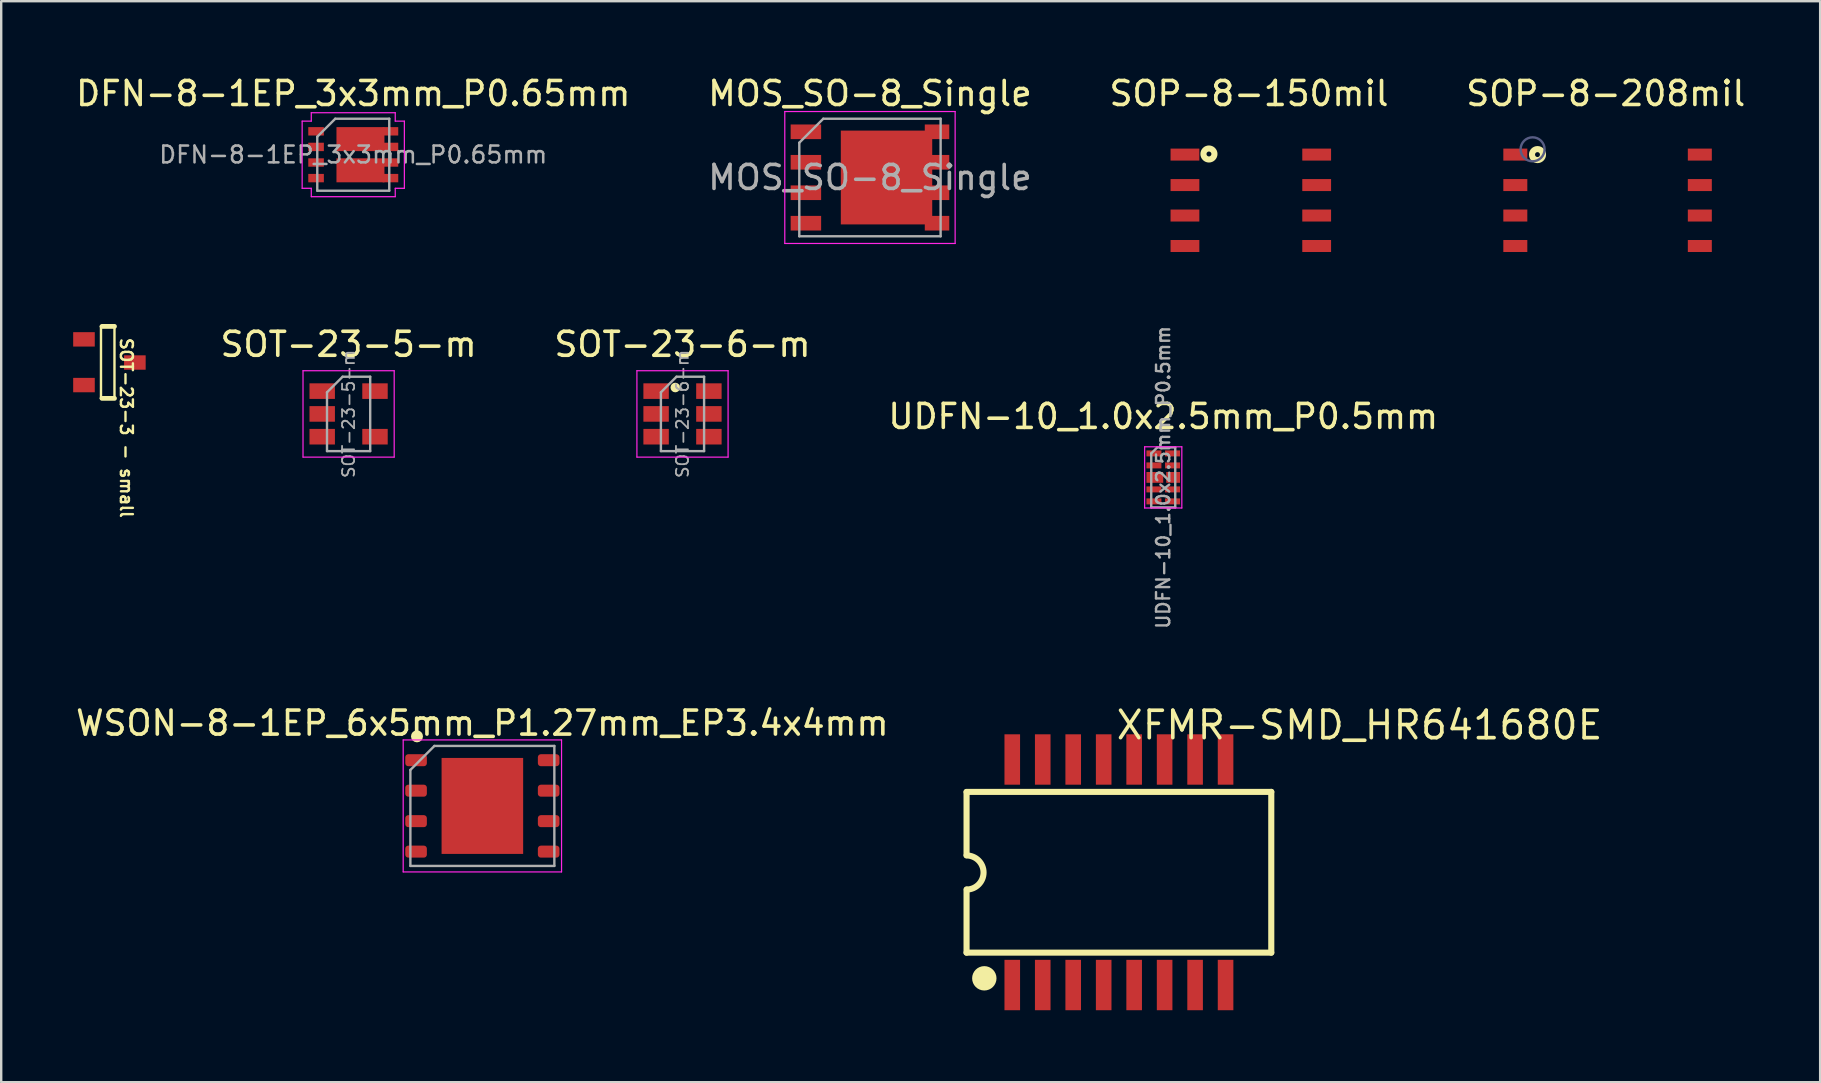
<source format=kicad_pcb>
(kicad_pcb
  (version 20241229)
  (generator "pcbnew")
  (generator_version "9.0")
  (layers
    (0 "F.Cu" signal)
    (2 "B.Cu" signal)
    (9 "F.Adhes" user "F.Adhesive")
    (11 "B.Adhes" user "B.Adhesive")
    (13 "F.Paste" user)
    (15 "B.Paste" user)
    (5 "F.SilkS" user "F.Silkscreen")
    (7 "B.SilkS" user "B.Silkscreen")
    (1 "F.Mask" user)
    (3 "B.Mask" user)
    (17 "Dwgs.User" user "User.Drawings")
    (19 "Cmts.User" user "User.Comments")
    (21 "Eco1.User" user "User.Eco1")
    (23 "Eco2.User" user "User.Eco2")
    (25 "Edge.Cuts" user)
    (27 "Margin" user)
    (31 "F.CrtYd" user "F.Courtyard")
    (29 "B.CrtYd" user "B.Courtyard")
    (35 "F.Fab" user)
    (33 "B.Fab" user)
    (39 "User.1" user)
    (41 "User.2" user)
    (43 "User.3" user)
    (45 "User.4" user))
  (footprint "XFMR-SMD_HR641680E"
    (layer "F.Cu")
    (at 43.584 33.304)
    (property "Reference" "XFMR-SMD_HR641680E" (at -0.195 -5.463 0) (unlocked yes) (layer "F.SilkS") (effects (font (size 1.143 1.143) (thickness 0.152)) (justify left bottom)))
    (fp_line (start -6.35 -0.715) (end -6.35 -3.345) (stroke (width 0.254) (type solid)) (layer "F.SilkS"))
    (fp_line (start -6.35 -3.35) (end 6.35 -3.35) (stroke (width 0.254) (type solid)) (layer "F.SilkS"))
    (fp_line (start -6.35 3.35) (end -6.35 0.72) (stroke (width 0.254) (type solid)) (layer "F.SilkS"))
    (fp_line (start -6.35 3.35) (end 6.35 3.35) (stroke (width 0.254) (type solid)) (layer "F.SilkS"))
    (fp_line (start 6.35 3.35) (end 6.35 -3.35) (stroke (width 0.254) (type solid)) (layer "F.SilkS"))
    (fp_arc (start -6.349923 -0.699947) (mid -5.634939 0.005055) (end -6.339941 0.720039) (stroke (width 0.254) (type solid)) (layer "F.SilkS"))
    (fp_circle (center -5.61 4.42) (end -5.61 4.166) (stroke (width 0.508) (type solid)) (fill no) (layer "F.SilkS"))
    (fp_circle (center -5.38 4.5) (end -5.38 4.246) (stroke (width 0.508) (type solid)) (fill no) (layer "Eco1.User"))
    (pad "1" smd rect (at -4.445 4.7 90) (size 2.1 0.65) (layers "F.Cu" "F.Mask" "F.Paste"))
    (pad "2" smd rect (at -3.175 4.7 90) (size 2.1 0.65) (layers "F.Cu" "F.Mask" "F.Paste"))
    (pad "3" smd rect (at -1.905 4.7 90) (size 2.1 0.65) (layers "F.Cu" "F.Mask" "F.Paste"))
    (pad "4" smd rect (at -0.635 4.7 90) (size 2.1 0.65) (layers "F.Cu" "F.Mask" "F.Paste"))
    (pad "5" smd rect (at 0.635 4.7 90) (size 2.1 0.65) (layers "F.Cu" "F.Mask" "F.Paste"))
    (pad "6" smd rect (at 1.905 4.7 90) (size 2.1 0.65) (layers "F.Cu" "F.Mask" "F.Paste"))
    (pad "7" smd rect (at 3.175 4.7 90) (size 2.1 0.65) (layers "F.Cu" "F.Mask" "F.Paste"))
    (pad "8" smd rect (at 4.445 4.7 90) (size 2.1 0.65) (layers "F.Cu" "F.Mask" "F.Paste"))
    (pad "9" smd rect (at 4.445 -4.7 90) (size 2.1 0.65) (layers "F.Cu" "F.Mask" "F.Paste"))
    (pad "10" smd rect (at 3.175 -4.7 90) (size 2.1 0.65) (layers "F.Cu" "F.Mask" "F.Paste"))
    (pad "11" smd rect (at 1.905 -4.7 90) (size 2.1 0.65) (layers "F.Cu" "F.Mask" "F.Paste"))
    (pad "12" smd rect (at 0.635 -4.7 90) (size 2.1 0.65) (layers "F.Cu" "F.Mask" "F.Paste"))
    (pad "13" smd rect (at -0.635 -4.7 90) (size 2.1 0.65) (layers "F.Cu" "F.Mask" "F.Paste"))
    (pad "14" smd rect (at -1.905 -4.7 90) (size 2.1 0.65) (layers "F.Cu" "F.Mask" "F.Paste"))
    (pad "15" smd rect (at -3.175 -4.7 90) (size 2.1 0.65) (layers "F.Cu" "F.Mask" "F.Paste"))
    (pad "16" smd rect (at -4.445 -4.7 90) (size 2.1 0.65) (layers "F.Cu" "F.Mask" "F.Paste")))
  (footprint "WSON-8-1EP_6x5mm_P1.27mm_EP3.4x4mm"
    (layer "F.Cu")
    (at 17.054 30.539)
    (property "Reference" "WSON-8-1EP_6x5mm_P1.27mm_EP3.4x4mm" (at 0 -3.45 0) (layer "F.SilkS") (effects (font (size 1 1) (thickness 0.15))))
    (attr smd)
    (fp_circle (center -2.725 -2.9) (end -2.6 -2.9) (stroke (width 0.25) (type solid)) (fill no) (layer "F.SilkS"))
    (fp_line (start -3.3 -2.75) (end -3.3 2.75) (stroke (width 0.05) (type solid)) (layer "F.CrtYd"))
    (fp_line (start -3.3 2.75) (end 3.3 2.75) (stroke (width 0.05) (type solid)) (layer "F.CrtYd"))
    (fp_line (start 3.3 -2.75) (end -3.3 -2.75) (stroke (width 0.05) (type solid)) (layer "F.CrtYd"))
    (fp_line (start 3.3 2.75) (end 3.3 -2.75) (stroke (width 0.05) (type solid)) (layer "F.CrtYd"))
    (fp_line (start -3 -1.5) (end -2 -2.5) (stroke (width 0.1) (type solid)) (layer "F.Fab"))
    (fp_line (start -3 2.5) (end -3 -1.5) (stroke (width 0.1) (type solid)) (layer "F.Fab"))
    (fp_line (start -2 -2.5) (end 3 -2.5) (stroke (width 0.1) (type solid)) (layer "F.Fab"))
    (fp_line (start 3 -2.5) (end 3 2.5) (stroke (width 0.1) (type solid)) (layer "F.Fab"))
    (fp_line (start 3 2.5) (end -3 2.5) (stroke (width 0.1) (type solid)) (layer "F.Fab"))
    (pad "" smd roundrect (at -0.85 -1) (size 1.37 1.61) (layers "F.Paste") (roundrect_rratio 0.182))
    (pad "" smd roundrect (at -0.85 1) (size 1.37 1.61) (layers "F.Paste") (roundrect_rratio 0.182))
    (pad "" smd roundrect (at 0.85 -1) (size 1.37 1.61) (layers "F.Paste") (roundrect_rratio 0.182))
    (pad "" smd roundrect (at 0.85 1) (size 1.37 1.61) (layers "F.Paste") (roundrect_rratio 0.182))
    (pad "1" smd roundrect (at -2.763 -1.905) (size 0.9 0.5) (layers "F.Cu" "F.Mask" "F.Paste") (roundrect_rratio 0.25))
    (pad "2" smd roundrect (at -2.763 -0.635) (size 0.9 0.5) (layers "F.Cu" "F.Mask" "F.Paste") (roundrect_rratio 0.25))
    (pad "3" smd roundrect (at -2.763 0.635) (size 0.9 0.5) (layers "F.Cu" "F.Mask" "F.Paste") (roundrect_rratio 0.25))
    (pad "4" smd roundrect (at -2.763 1.905) (size 0.9 0.5) (layers "F.Cu" "F.Mask" "F.Paste") (roundrect_rratio 0.25))
    (pad "5" smd roundrect (at 2.763 1.905) (size 0.9 0.5) (layers "F.Cu" "F.Mask" "F.Paste") (roundrect_rratio 0.25))
    (pad "6" smd roundrect (at 2.763 0.635) (size 0.9 0.5) (layers "F.Cu" "F.Mask" "F.Paste") (roundrect_rratio 0.25))
    (pad "7" smd roundrect (at 2.763 -0.635) (size 0.9 0.5) (layers "F.Cu" "F.Mask" "F.Paste") (roundrect_rratio 0.25))
    (pad "8" smd roundrect (at 2.763 -1.905) (size 0.9 0.5) (layers "F.Cu" "F.Mask" "F.Paste") (roundrect_rratio 0.25))
    (pad "9" smd rect (at 0 0) (size 3.4 4) (layers "F.Cu" "F.Mask")))
  (footprint "MOS_SO-8_Single"
    (layer "F.Cu")
    (at 33.208 4.348)
    (property "Reference" "MOS_SO-8_Single" (at 0 -3.5 0) (layer "F.SilkS") (effects (font (size 1 1) (thickness 0.15))))
    (attr smd)
    (fp_line (start -3.55 -2.75) (end -3.55 2.75) (stroke (width 0.05) (type solid)) (layer "F.CrtYd"))
    (fp_line (start -3.55 -2.75) (end 3.55 -2.75) (stroke (width 0.05) (type solid)) (layer "F.CrtYd"))
    (fp_line (start -3.55 2.75) (end 3.55 2.75) (stroke (width 0.05) (type solid)) (layer "F.CrtYd"))
    (fp_line (start 3.55 -2.75) (end 3.55 2.75) (stroke (width 0.05) (type solid)) (layer "F.CrtYd"))
    (fp_line (start -2.945 2.45) (end -2.945 -1.45) (stroke (width 0.1) (type solid)) (layer "F.Fab"))
    (fp_line (start -1.945 -2.45) (end -2.945 -1.45) (stroke (width 0.1) (type solid)) (layer "F.Fab"))
    (fp_line (start -1.945 -2.45) (end 2.945 -2.45) (stroke (width 0.1) (type solid)) (layer "F.Fab"))
    (fp_line (start 2.945 -2.45) (end 2.945 2.45) (stroke (width 0.1) (type solid)) (layer "F.Fab"))
    (fp_line (start 2.945 2.45) (end -2.945 2.45) (stroke (width 0.1) (type solid)) (layer "F.Fab"))
    (fp_text user "${REFERENCE}" (at 0 0 0) (layer "F.Fab") (effects (font (size 1 1) (thickness 0.15))))
    (pad "1" smd rect (at -2.67 -1.905) (size 1.27 0.61) (layers "F.Cu" "F.Mask" "F.Paste"))
    (pad "2" smd rect (at -2.67 -0.635) (size 1.27 0.61) (layers "F.Cu" "F.Mask" "F.Paste"))
    (pad "3" smd rect (at -2.67 0.635) (size 1.27 0.61) (layers "F.Cu" "F.Mask" "F.Paste"))
    (pad "4" smd rect (at -2.67 1.905) (size 1.27 0.61) (layers "F.Cu" "F.Mask" "F.Paste"))
    (pad "5" smd rect (at 0.69 0) (size 3.81 3.91) (layers "F.Cu" "F.Mask" "F.Paste"))
    (pad "5" smd rect (at 2.795 -1.905) (size 1.02 0.61) (layers "F.Cu" "F.Mask" "F.Paste"))
    (pad "5" smd rect (at 2.795 -0.635) (size 1.02 0.61) (layers "F.Cu" "F.Mask" "F.Paste"))
    (pad "5" smd rect (at 2.795 0.635) (size 1.02 0.61) (layers "F.Cu" "F.Mask" "F.Paste"))
    (pad "5" smd rect (at 2.795 1.905) (size 1.02 0.61) (layers "F.Cu" "F.Mask" "F.Paste")))
  (footprint "SOT-23-5-m"
    (layer "F.Cu")
    (at 11.479 14.201)
    (property "Reference" "SOT-23-5-m" (at 0 -2.9 0) (layer "F.SilkS") (effects (font (size 1 1) (thickness 0.15))))
    (attr smd)
    (fp_line (start -1.9 -1.8) (end 1.9 -1.8) (stroke (width 0.05) (type solid)) (layer "F.CrtYd"))
    (fp_line (start -1.9 1.8) (end -1.9 -1.8) (stroke (width 0.05) (type solid)) (layer "F.CrtYd"))
    (fp_line (start 1.9 -1.8) (end 1.9 1.8) (stroke (width 0.05) (type solid)) (layer "F.CrtYd"))
    (fp_line (start 1.9 1.8) (end -1.9 1.8) (stroke (width 0.05) (type solid)) (layer "F.CrtYd"))
    (fp_line (start -0.9 -0.9) (end -0.9 1.55) (stroke (width 0.1) (type solid)) (layer "F.Fab"))
    (fp_line (start -0.9 -0.9) (end -0.25 -1.55) (stroke (width 0.1) (type solid)) (layer "F.Fab"))
    (fp_line (start 0.9 -1.55) (end -0.25 -1.55) (stroke (width 0.1) (type solid)) (layer "F.Fab"))
    (fp_line (start 0.9 -1.55) (end 0.9 1.55) (stroke (width 0.1) (type solid)) (layer "F.Fab"))
    (fp_line (start 0.9 1.55) (end -0.9 1.55) (stroke (width 0.1) (type solid)) (layer "F.Fab"))
    (fp_text user "${REFERENCE}" (at 0 0 90) (layer "F.Fab") (effects (font (size 0.5 0.5) (thickness 0.075))))
    (pad "1" smd rect (at -1.1 -0.95) (size 1.06 0.65) (layers "F.Cu" "F.Mask" "F.Paste"))
    (pad "2" smd rect (at -1.1 0) (size 1.06 0.65) (layers "F.Cu" "F.Mask" "F.Paste"))
    (pad "3" smd rect (at -1.1 0.95) (size 1.06 0.65) (layers "F.Cu" "F.Mask" "F.Paste"))
    (pad "4" smd rect (at 1.1 0.95) (size 1.06 0.65) (layers "F.Cu" "F.Mask" "F.Paste"))
    (pad "5" smd rect (at 1.1 -0.95) (size 1.06 0.65) (layers "F.Cu" "F.Mask" "F.Paste")))
  (footprint "SOT-23-6-m"
    (layer "F.Cu")
    (at 25.395 14.201)
    (property "Reference" "SOT-23-6-m" (at 0 -2.9 0) (layer "F.SilkS") (effects (font (size 1 1) (thickness 0.15))))
    (attr smd)
    (fp_circle (center -0.3 -1.1) (end -0.2 -1.1) (stroke (width 0.2) (type solid)) (fill no) (layer "F.SilkS"))
    (fp_line (start -1.9 -1.8) (end -1.9 1.8) (stroke (width 0.05) (type solid)) (layer "F.CrtYd"))
    (fp_line (start -1.9 1.8) (end 1.9 1.8) (stroke (width 0.05) (type solid)) (layer "F.CrtYd"))
    (fp_line (start 1.9 -1.8) (end -1.9 -1.8) (stroke (width 0.05) (type solid)) (layer "F.CrtYd"))
    (fp_line (start 1.9 1.8) (end 1.9 -1.8) (stroke (width 0.05) (type solid)) (layer "F.CrtYd"))
    (fp_line (start -0.9 -0.9) (end -0.9 1.55) (stroke (width 0.1) (type solid)) (layer "F.Fab"))
    (fp_line (start -0.9 -0.9) (end -0.25 -1.55) (stroke (width 0.1) (type solid)) (layer "F.Fab"))
    (fp_line (start 0.9 -1.55) (end -0.25 -1.55) (stroke (width 0.1) (type solid)) (layer "F.Fab"))
    (fp_line (start 0.9 -1.55) (end 0.9 1.55) (stroke (width 0.1) (type solid)) (layer "F.Fab"))
    (fp_line (start 0.9 1.55) (end -0.9 1.55) (stroke (width 0.1) (type solid)) (layer "F.Fab"))
    (fp_text user "${REFERENCE}" (at 0 0 90) (layer "F.Fab") (effects (font (size 0.5 0.5) (thickness 0.075))))
    (pad "1" smd rect (at -1.1 -0.95) (size 1.06 0.65) (layers "F.Cu" "F.Mask" "F.Paste"))
    (pad "2" smd rect (at -1.1 0) (size 1.06 0.65) (layers "F.Cu" "F.Mask" "F.Paste"))
    (pad "3" smd rect (at -1.1 0.95) (size 1.06 0.65) (layers "F.Cu" "F.Mask" "F.Paste"))
    (pad "4" smd rect (at 1.1 0.95) (size 1.06 0.65) (layers "F.Cu" "F.Mask" "F.Paste"))
    (pad "5" smd rect (at 1.1 0) (size 1.06 0.65) (layers "F.Cu" "F.Mask" "F.Paste"))
    (pad "6" smd rect (at 1.1 -0.95) (size 1.06 0.65) (layers "F.Cu" "F.Mask" "F.Paste")))
  (footprint "UDFN-10_1.0x2.5mm_P0.5mm"
    (layer "F.Cu")
    (at 45.431 16.847)
    (property "Reference" "UDFN-10_1.0x2.5mm_P0.5mm" (at 0 -2.54 0) (layer "F.SilkS") (effects (font (size 1 1) (thickness 0.15))))
    (attr smd)
    (fp_line (start -0.775 -1.275) (end 0.775 -1.275) (stroke (width 0.05) (type solid)) (layer "F.CrtYd"))
    (fp_line (start -0.775 1.275) (end -0.775 -1.275) (stroke (width 0.05) (type solid)) (layer "F.CrtYd"))
    (fp_line (start 0.775 -1.275) (end 0.775 1.275) (stroke (width 0.05) (type solid)) (layer "F.CrtYd"))
    (fp_line (start 0.775 1.275) (end -0.775 1.275) (stroke (width 0.05) (type solid)) (layer "F.CrtYd"))
    (fp_line (start -0.5 -1) (end -0.5 1.25) (stroke (width 0.1) (type solid)) (layer "F.Fab"))
    (fp_line (start -0.5 1.25) (end 0.5 1.25) (stroke (width 0.1) (type solid)) (layer "F.Fab"))
    (fp_line (start -0.25 -1.25) (end -0.5 -1) (stroke (width 0.1) (type solid)) (layer "F.Fab"))
    (fp_line (start 0.5 -1.25) (end -0.25 -1.25) (stroke (width 0.1) (type solid)) (layer "F.Fab"))
    (fp_line (start 0.5 -1.25) (end 0.5 1.25) (stroke (width 0.1) (type solid)) (layer "F.Fab"))
    (fp_text user "${REFERENCE}" (at 0 0 90) (layer "F.Fab") (effects (font (size 0.55 0.55) (thickness 0.1))))
    (pad "1" smd rect (at -0.388 -1 270) (size 0.25 0.625) (layers "F.Cu" "F.Mask" "F.Paste"))
    (pad "2" smd rect (at -0.388 -0.5 270) (size 0.25 0.625) (layers "F.Cu" "F.Mask" "F.Paste"))
    (pad "3" smd rect (at -0.35 0 270) (size 0.45 0.7) (layers "F.Cu" "F.Mask" "F.Paste"))
    (pad "4" smd rect (at -0.388 0.5 270) (size 0.25 0.625) (layers "F.Cu" "F.Mask" "F.Paste"))
    (pad "5" smd rect (at -0.388 1 270) (size 0.25 0.625) (layers "F.Cu" "F.Mask" "F.Paste"))
    (pad "6" smd rect (at 0.388 1 270) (size 0.25 0.625) (layers "F.Cu" "F.Mask" "F.Paste"))
    (pad "7" smd rect (at 0.388 0.5 270) (size 0.25 0.625) (layers "F.Cu" "F.Mask" "F.Paste"))
    (pad "8" smd rect (at 0.412 0 270) (size 0.45 0.575) (layers "F.Cu" "F.Mask" "F.Paste"))
    (pad "9" smd rect (at 0.388 -0.5 270) (size 0.25 0.625) (layers "F.Cu" "F.Mask" "F.Paste"))
    (pad "10" smd rect (at 0.388 -1 270) (size 0.25 0.625) (layers "F.Cu" "F.Mask" "F.Paste")))
  (footprint "SOP-8-150mil"
    (layer "F.Cu")
    (at 49.006 1.348)
    (property "Reference" "SOP-8-150mil" (at 0 -0.5 0) (unlocked yes) (layer "F.SilkS") (effects (font (size 1 1) (thickness 0.15))))
    (attr smd)
    (fp_circle (center -1.67 2.02) (end -1.67 1.918) (stroke (width 0.254) (type solid)) (fill no) (layer "F.SilkS"))
    (pad "1" smd rect (at -2.67 2.045 90) (size 0.5 1.2) (layers "F.Cu" "F.Mask" "F.Paste"))
    (pad "2" smd rect (at -2.67 3.315 90) (size 0.5 1.2) (layers "F.Cu" "F.Mask" "F.Paste"))
    (pad "3" smd rect (at -2.67 4.585 90) (size 0.5 1.2) (layers "F.Cu" "F.Mask" "F.Paste"))
    (pad "4" smd rect (at -2.67 5.855 90) (size 0.5 1.2) (layers "F.Cu" "F.Mask" "F.Paste"))
    (pad "5" smd rect (at 2.82 5.855 90) (size 0.5 1.2) (layers "F.Cu" "F.Mask" "F.Paste"))
    (pad "6" smd rect (at 2.82 4.585 90) (size 0.5 1.2) (layers "F.Cu" "F.Mask" "F.Paste"))
    (pad "7" smd rect (at 2.82 3.315 90) (size 0.5 1.2) (layers "F.Cu" "F.Mask" "F.Paste"))
    (pad "8" smd rect (at 2.82 2.045 90) (size 0.5 1.2) (layers "F.Cu" "F.Mask" "F.Paste")))
  (footprint "SOT-23-3 - small"
    (layer "F.Cu")
    (at 1.413 12.059)
    (property "Reference" "SOT-23-3 - small" (at 0.51 -1.08 270) (unlocked yes) (layer "F.SilkS") (effects (font (size 0.5 0.5) (thickness 0.1)) (justify left bottom)))
    (fp_line (start -0.254 -1.506) (end -0.254 1.494) (stroke (width 0.1) (type solid)) (layer "F.SilkS"))
    (fp_line (start -0.254 -1.506) (end 0.308 -1.506) (stroke (width 0.1) (type solid)) (layer "F.SilkS"))
    (fp_line (start -0.254 1.494) (end 0.308 1.494) (stroke (width 0.1) (type solid)) (layer "F.SilkS"))
    (fp_line (start -0.211 -1.506) (end 0.308 -1.506) (stroke (width 0.2) (type solid)) (layer "F.SilkS"))
    (fp_line (start -0.211 1.494) (end 0.308 1.494) (stroke (width 0.2) (type solid)) (layer "F.SilkS"))
    (fp_line (start 0.308 -1.506) (end 0.308 1.494) (stroke (width 0.1) (type solid)) (layer "F.SilkS"))
    (pad "1" smd rect (at -0.963 -0.965 90) (size 0.6 0.9) (layers "F.Cu" "F.Mask" "F.Paste"))
    (pad "2" smd rect (at -0.963 0.94 90) (size 0.6 0.9) (layers "F.Cu" "F.Mask" "F.Paste"))
    (pad "3" smd rect (at 1.158 0 90) (size 0.6 0.9) (layers "F.Cu" "F.Mask" "F.Paste")))
  (footprint "SOP-8-208mil"
    (layer "F.Cu")
    (at 63.875 1.348)
    (property "Reference" "SOP-8-208mil" (at 0 -0.5 0) (unlocked yes) (layer "F.SilkS") (effects (font (size 1 1) (thickness 0.15))))
    (attr smd)
    (fp_circle (center -2.846 2.045) (end -2.846 1.943) (stroke (width 0.254) (type solid)) (fill no) (layer "F.SilkS"))
    (fp_circle (center -3.05 1.825) (end -3.05 1.325) (stroke (width 0.1) (type solid)) (fill no) (layer "B.Fab"))
    (pad "1" smd rect (at -3.77 2.045 90) (size 0.5 1) (layers "F.Cu" "F.Mask" "F.Paste"))
    (pad "2" smd rect (at -3.77 3.315 90) (size 0.5 1) (layers "F.Cu" "F.Mask" "F.Paste"))
    (pad "3" smd rect (at -3.77 4.585 90) (size 0.5 1) (layers "F.Cu" "F.Mask" "F.Paste"))
    (pad "4" smd rect (at -3.77 5.855 90) (size 0.5 1) (layers "F.Cu" "F.Mask" "F.Paste"))
    (pad "5" smd rect (at 3.92 5.855 90) (size 0.5 1) (layers "F.Cu" "F.Mask" "F.Paste"))
    (pad "6" smd rect (at 3.92 4.585 90) (size 0.5 1) (layers "F.Cu" "F.Mask" "F.Paste"))
    (pad "7" smd rect (at 3.92 3.315 90) (size 0.5 1) (layers "F.Cu" "F.Mask" "F.Paste"))
    (pad "8" smd rect (at 3.92 2.045 90) (size 0.5 1) (layers "F.Cu" "F.Mask" "F.Paste")))
  (footprint "DFN-8-1EP_3x3mm_P0.65mm"
    (layer "F.Cu")
    (at 11.673 3.398)
    (property "Reference" "DFN-8-1EP_3x3mm_P0.65mm" (at 0 -2.55 0) (layer "F.SilkS") (effects (font (size 1 1) (thickness 0.15))))
    (attr smd)
    (fp_line (start -2.13 -1.4) (end -2.13 1.4) (stroke (width 0.05) (type solid)) (layer "F.CrtYd"))
    (fp_line (start -1.75 -1.75) (end -1.75 -1.4) (stroke (width 0.05) (type solid)) (layer "F.CrtYd"))
    (fp_line (start -1.75 -1.75) (end 1.75 -1.75) (stroke (width 0.05) (type solid)) (layer "F.CrtYd"))
    (fp_line (start -1.75 -1.4) (end -2.13 -1.4) (stroke (width 0.05) (type solid)) (layer "F.CrtYd"))
    (fp_line (start -1.75 1.4) (end -2.13 1.4) (stroke (width 0.05) (type solid)) (layer "F.CrtYd"))
    (fp_line (start -1.75 1.75) (end -1.75 1.4) (stroke (width 0.05) (type solid)) (layer "F.CrtYd"))
    (fp_line (start -1.75 1.75) (end 1.75 1.75) (stroke (width 0.05) (type solid)) (layer "F.CrtYd"))
    (fp_line (start 1.75 -1.75) (end 1.75 -1.4) (stroke (width 0.05) (type solid)) (layer "F.CrtYd"))
    (fp_line (start 1.75 -1.4) (end 2.13 -1.4) (stroke (width 0.05) (type solid)) (layer "F.CrtYd"))
    (fp_line (start 1.75 1.4) (end 2.13 1.4) (stroke (width 0.05) (type solid)) (layer "F.CrtYd"))
    (fp_line (start 1.75 1.75) (end 1.75 1.4) (stroke (width 0.05) (type solid)) (layer "F.CrtYd"))
    (fp_line (start 2.13 -1.4) (end 2.13 1.4) (stroke (width 0.05) (type solid)) (layer "F.CrtYd"))
    (fp_line (start -1.5 -0.75) (end -0.75 -1.5) (stroke (width 0.1) (type solid)) (layer "F.Fab"))
    (fp_line (start -1.5 1.5) (end -1.5 -0.75) (stroke (width 0.1) (type solid)) (layer "F.Fab"))
    (fp_line (start -0.75 -1.5) (end 1.5 -1.5) (stroke (width 0.1) (type solid)) (layer "F.Fab"))
    (fp_line (start 1.5 -1.5) (end 1.5 1.5) (stroke (width 0.1) (type solid)) (layer "F.Fab"))
    (fp_line (start 1.5 1.5) (end -1.5 1.5) (stroke (width 0.1) (type solid)) (layer "F.Fab"))
    (fp_text user "${REFERENCE}" (at 0 0 0) (layer "F.Fab") (effects (font (size 0.7 0.7) (thickness 0.105))))
    (pad "1" smd rect (at -1.55 -0.975) (size 0.65 0.35) (layers "F.Cu" "F.Mask" "F.Paste"))
    (pad "2" smd rect (at -1.55 -0.325) (size 0.65 0.35) (layers "F.Cu" "F.Mask" "F.Paste"))
    (pad "3" smd rect (at -1.55 0.325) (size 0.65 0.35) (layers "F.Cu" "F.Mask" "F.Paste"))
    (pad "4" smd rect (at -1.55 0.975) (size 0.65 0.35) (layers "F.Cu" "F.Mask" "F.Paste"))
    (pad "5" smd rect (at 0.3 0.65) (size 2 1) (layers "F.Cu" "F.Mask" "F.Paste"))
    (pad "5" smd rect (at 1.55 0.975) (size 0.65 0.35) (layers "F.Cu" "F.Mask" "F.Paste"))
    (pad "6" smd rect (at 1.55 0.325) (size 0.65 0.35) (layers "F.Cu" "F.Mask" "F.Paste"))
    (pad "7" smd rect (at 1.55 -0.325) (size 0.65 0.35) (layers "F.Cu" "F.Mask" "F.Paste"))
    (pad "8" smd rect (at 0.3 -0.65) (size 2 1) (layers "F.Cu" "F.Mask" "F.Paste"))
    (pad "8" smd rect (at 1.55 -0.975) (size 0.65 0.35) (layers "F.Cu" "F.Mask" "F.Paste")))
  (gr_rect
    (start -3 -3)
    (end 72.81 42.054)
    (stroke (width 0.1) (type default))
    (fill no)
    (layer "Edge.Cuts")))
</source>
